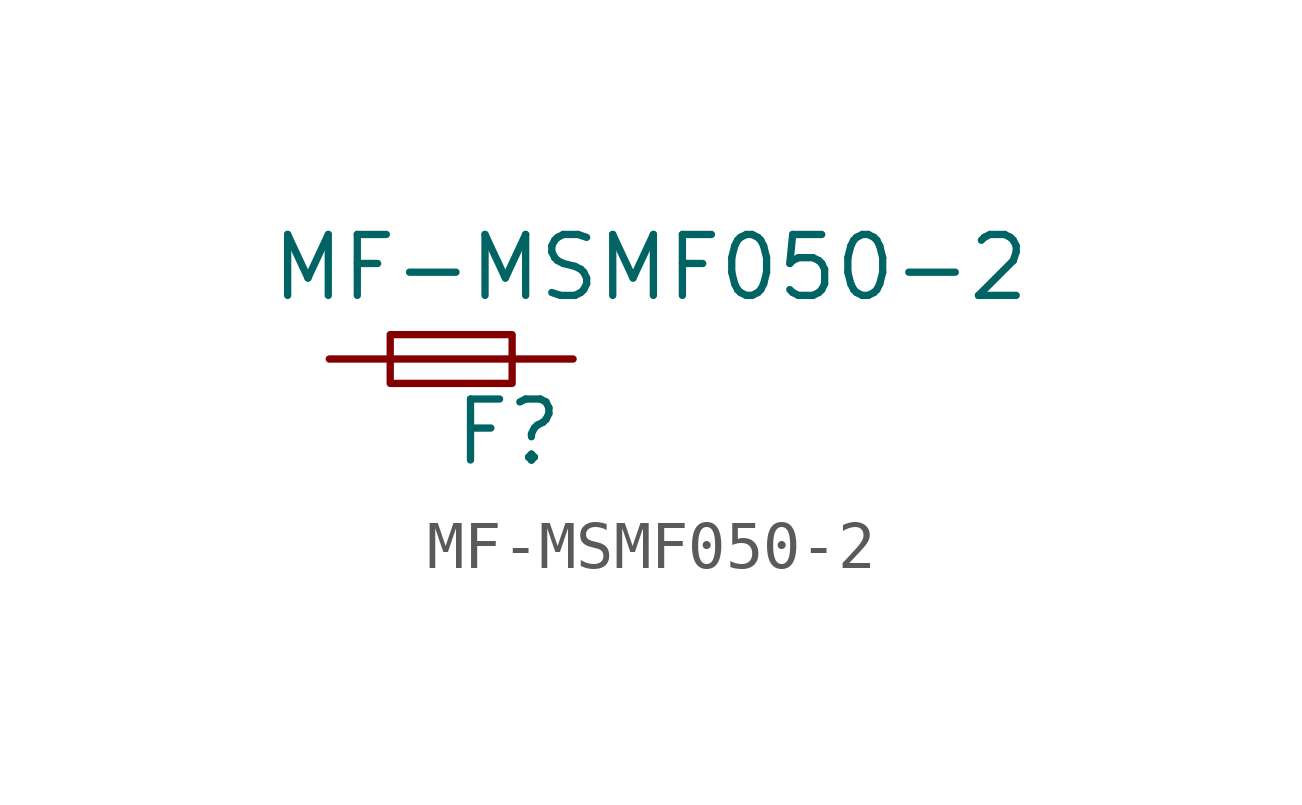
<source format=kicad_sym>
(kicad_symbol_lib
  (version 20210619)
  (generator kicad_symbol_editor)
  (symbol "MF-MSMF050-2"
    (pin_numbers hide)
    (pin_names
      (offset 0.254) hide)
    (property "Reference" "F"
      (at 0 -1.524 0)
      (effects (font (size 1.27 1.27)) (justify left)))
    (property "Value" "MF-MSMF050-2"
      (at -3.81 1.905 0)
      (effects (font (size 1.27 1.27)) (justify left)))
    (symbol "MF-MSMF050-2_0_1"
      (rectangle (start -1.27 0.508) (end 1.27 -0.508) (stroke (width 0)) (fill (type none)))
      (polyline (pts (xy -1.27 0) (xy 1.27 0)) (stroke (width 0)) (fill (type none))))
    (symbol "MF-MSMF050-2_1_1"
      (pin passive line (at -2.54 0 0) (length 1.27) (name "~" (effects (font (size 1.27 1.27)))) (number "1" (effects (font (size 1.27 1.27)))))
      (pin passive line (at 2.54 0 180) (length 1.27) (name "~" (effects (font (size 1.27 1.27)))) (number "2" (effects (font (size 1.27 1.27))))))))
</source>
